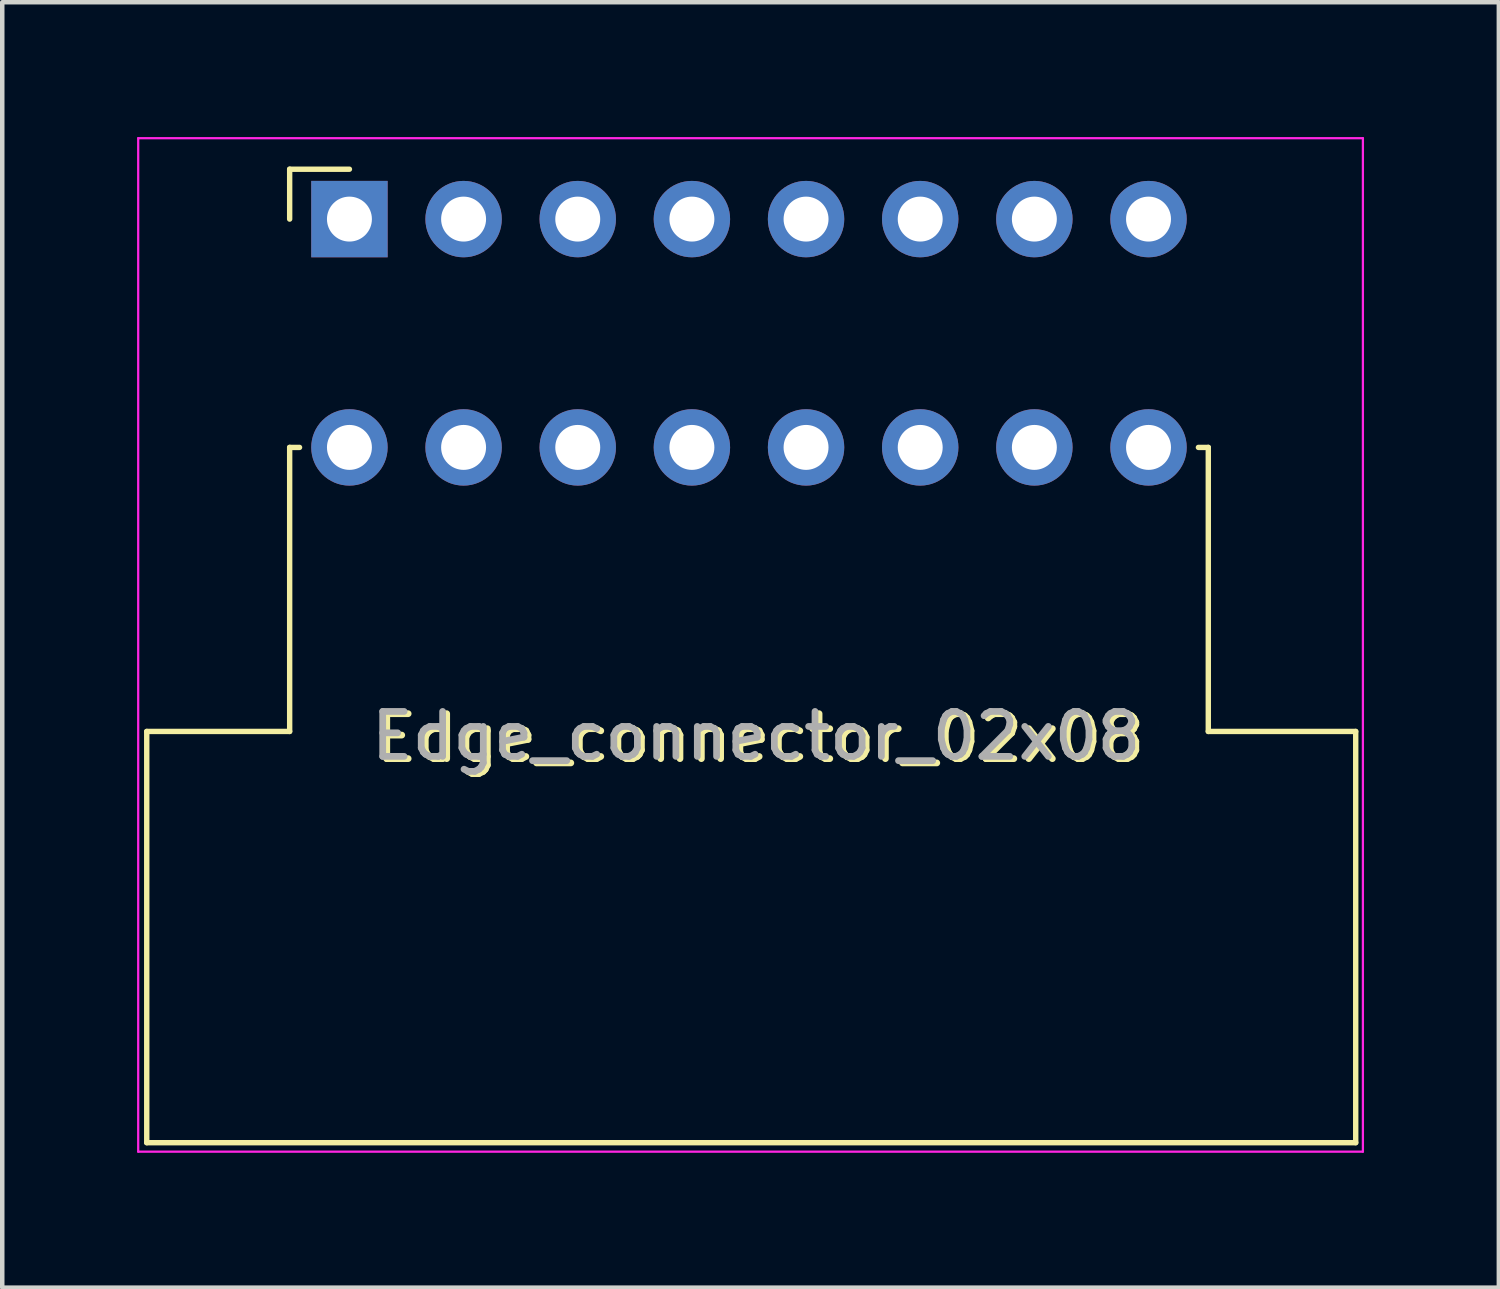
<source format=kicad_pcb>
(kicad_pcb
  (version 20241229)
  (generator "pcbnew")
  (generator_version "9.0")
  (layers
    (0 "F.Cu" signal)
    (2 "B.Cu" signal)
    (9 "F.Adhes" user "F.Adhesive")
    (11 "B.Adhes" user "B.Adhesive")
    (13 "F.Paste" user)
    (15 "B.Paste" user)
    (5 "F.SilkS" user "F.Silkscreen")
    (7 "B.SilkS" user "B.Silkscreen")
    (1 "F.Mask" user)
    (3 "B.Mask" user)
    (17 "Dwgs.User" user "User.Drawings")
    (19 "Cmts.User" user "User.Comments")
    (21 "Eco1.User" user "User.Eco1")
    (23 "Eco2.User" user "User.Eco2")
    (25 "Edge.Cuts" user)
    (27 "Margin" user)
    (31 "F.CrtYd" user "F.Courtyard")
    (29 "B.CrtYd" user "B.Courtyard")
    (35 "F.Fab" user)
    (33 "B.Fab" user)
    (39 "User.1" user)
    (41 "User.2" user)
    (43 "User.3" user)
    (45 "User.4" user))
  (footprint "Edge_connector_02x08"
    (layer "F.Cu")
    (at 13.615 13.375)
    (property "Reference" "Edge_connector_02x08" (at 0.25 0 0) (unlocked yes) (layer "F.SilkS") (effects (font (size 1 1) (thickness 0.15))))
    (attr through_hole)
    (fp_line (start -13.4 -0.15) (end -10.22 -0.15) (stroke (width 0.12) (type solid)) (layer "F.SilkS"))
    (fp_line (start -13.4 9) (end -13.4 -0.15) (stroke (width 0.12) (type solid)) (layer "F.SilkS"))
    (fp_line (start -13.4 9) (end 13.5 9) (stroke (width 0.12) (type solid)) (layer "F.SilkS"))
    (fp_line (start -10.22 -12.66) (end -8.89 -12.66) (stroke (width 0.12) (type solid)) (layer "F.SilkS"))
    (fp_line (start -10.22 -11.55) (end -10.22 -12.66) (stroke (width 0.12) (type solid)) (layer "F.SilkS"))
    (fp_line (start -10.22 -6.47) (end -10 -6.47) (stroke (width 0.12) (type solid)) (layer "F.SilkS"))
    (fp_line (start -10.22 -0.15) (end -10.22 -6.47) (stroke (width 0.12) (type solid)) (layer "F.SilkS"))
    (fp_line (start 10 -6.47) (end 10.22 -6.47) (stroke (width 0.12) (type solid)) (layer "F.SilkS"))
    (fp_line (start 10.22 -0.15) (end 10.22 -6.47) (stroke (width 0.12) (type solid)) (layer "F.SilkS"))
    (fp_line (start 10.22 -0.15) (end 13.5 -0.15) (stroke (width 0.12) (type solid)) (layer "F.SilkS"))
    (fp_line (start 13.5 9) (end 13.5 -0.15) (stroke (width 0.12) (type solid)) (layer "F.SilkS"))
    (fp_line (start -13.59 -13.35) (end -13.59 9.2) (stroke (width 0.05) (type solid)) (layer "F.CrtYd"))
    (fp_line (start -13.59 9.2) (end 13.66 9.2) (stroke (width 0.05) (type solid)) (layer "F.CrtYd"))
    (fp_line (start 13.66 -13.35) (end -13.59 -13.35) (stroke (width 0.05) (type solid)) (layer "F.CrtYd"))
    (fp_line (start 13.66 9.2) (end 13.66 -13.35) (stroke (width 0.05) (type solid)) (layer "F.CrtYd"))
    (fp_line (start -8.59 -11.55) (end -9.19 -11.55) (stroke (width 0.1) (type solid)) (layer "F.Fab"))
    (fp_line (start -6.05 -11.55) (end -6.65 -11.55) (stroke (width 0.1) (type solid)) (layer "F.Fab"))
    (fp_line (start -3.51 -11.55) (end -4.11 -11.55) (stroke (width 0.1) (type solid)) (layer "F.Fab"))
    (fp_line (start -0.97 -11.55) (end -1.57 -11.55) (stroke (width 0.1) (type solid)) (layer "F.Fab"))
    (fp_line (start 1.57 -11.55) (end 0.97 -11.55) (stroke (width 0.1) (type solid)) (layer "F.Fab"))
    (fp_line (start 4.11 -11.55) (end 3.51 -11.55) (stroke (width 0.1) (type solid)) (layer "F.Fab"))
    (fp_line (start 6.65 -11.55) (end 6.05 -11.55) (stroke (width 0.1) (type solid)) (layer "F.Fab"))
    (fp_line (start 9.19 -11.55) (end 8.59 -11.55) (stroke (width 0.1) (type solid)) (layer "F.Fab"))
    (fp_text user "${REFERENCE}" (at 0.16 -0.05 180) (layer "F.Fab") (effects (font (size 1 1) (thickness 0.15))))
    (pad "1" thru_hole rect (at -8.89 -11.55 90) (size 1.7 1.7) (drill 1) (layers "*.Cu" "*.Mask"))
    (pad "2" thru_hole oval (at -8.89 -6.47 90) (size 1.7 1.7) (drill 1) (layers "*.Cu" "*.Mask"))
    (pad "3" thru_hole oval (at -6.35 -11.55 90) (size 1.7 1.7) (drill 1) (layers "*.Cu" "*.Mask"))
    (pad "4" thru_hole oval (at -6.35 -6.47 90) (size 1.7 1.7) (drill 1) (layers "*.Cu" "*.Mask"))
    (pad "5" thru_hole oval (at -3.81 -11.55 90) (size 1.7 1.7) (drill 1) (layers "*.Cu" "*.Mask"))
    (pad "6" thru_hole oval (at -3.81 -6.47 90) (size 1.7 1.7) (drill 1) (layers "*.Cu" "*.Mask"))
    (pad "7" thru_hole oval (at -1.27 -11.55 90) (size 1.7 1.7) (drill 1) (layers "*.Cu" "*.Mask"))
    (pad "8" thru_hole oval (at -1.27 -6.47 90) (size 1.7 1.7) (drill 1) (layers "*.Cu" "*.Mask"))
    (pad "9" thru_hole oval (at 1.27 -11.55 90) (size 1.7 1.7) (drill 1) (layers "*.Cu" "*.Mask"))
    (pad "10" thru_hole oval (at 1.27 -6.47 90) (size 1.7 1.7) (drill 1) (layers "*.Cu" "*.Mask"))
    (pad "11" thru_hole oval (at 3.81 -11.55 90) (size 1.7 1.7) (drill 1) (layers "*.Cu" "*.Mask"))
    (pad "12" thru_hole oval (at 3.81 -6.47 90) (size 1.7 1.7) (drill 1) (layers "*.Cu" "*.Mask"))
    (pad "13" thru_hole oval (at 6.35 -11.55 90) (size 1.7 1.7) (drill 1) (layers "*.Cu" "*.Mask"))
    (pad "14" thru_hole oval (at 6.35 -6.47 90) (size 1.7 1.7) (drill 1) (layers "*.Cu" "*.Mask"))
    (pad "15" thru_hole oval (at 8.89 -11.55 90) (size 1.7 1.7) (drill 1) (layers "*.Cu" "*.Mask"))
    (pad "16" thru_hole oval (at 8.89 -6.47 90) (size 1.7 1.7) (drill 1) (layers "*.Cu" "*.Mask")))
  (gr_rect
    (start -3 -3)
    (end 30.3 25.6)
    (stroke (width 0.1) (type default))
    (fill no)
    (layer "Edge.Cuts")))
</source>
